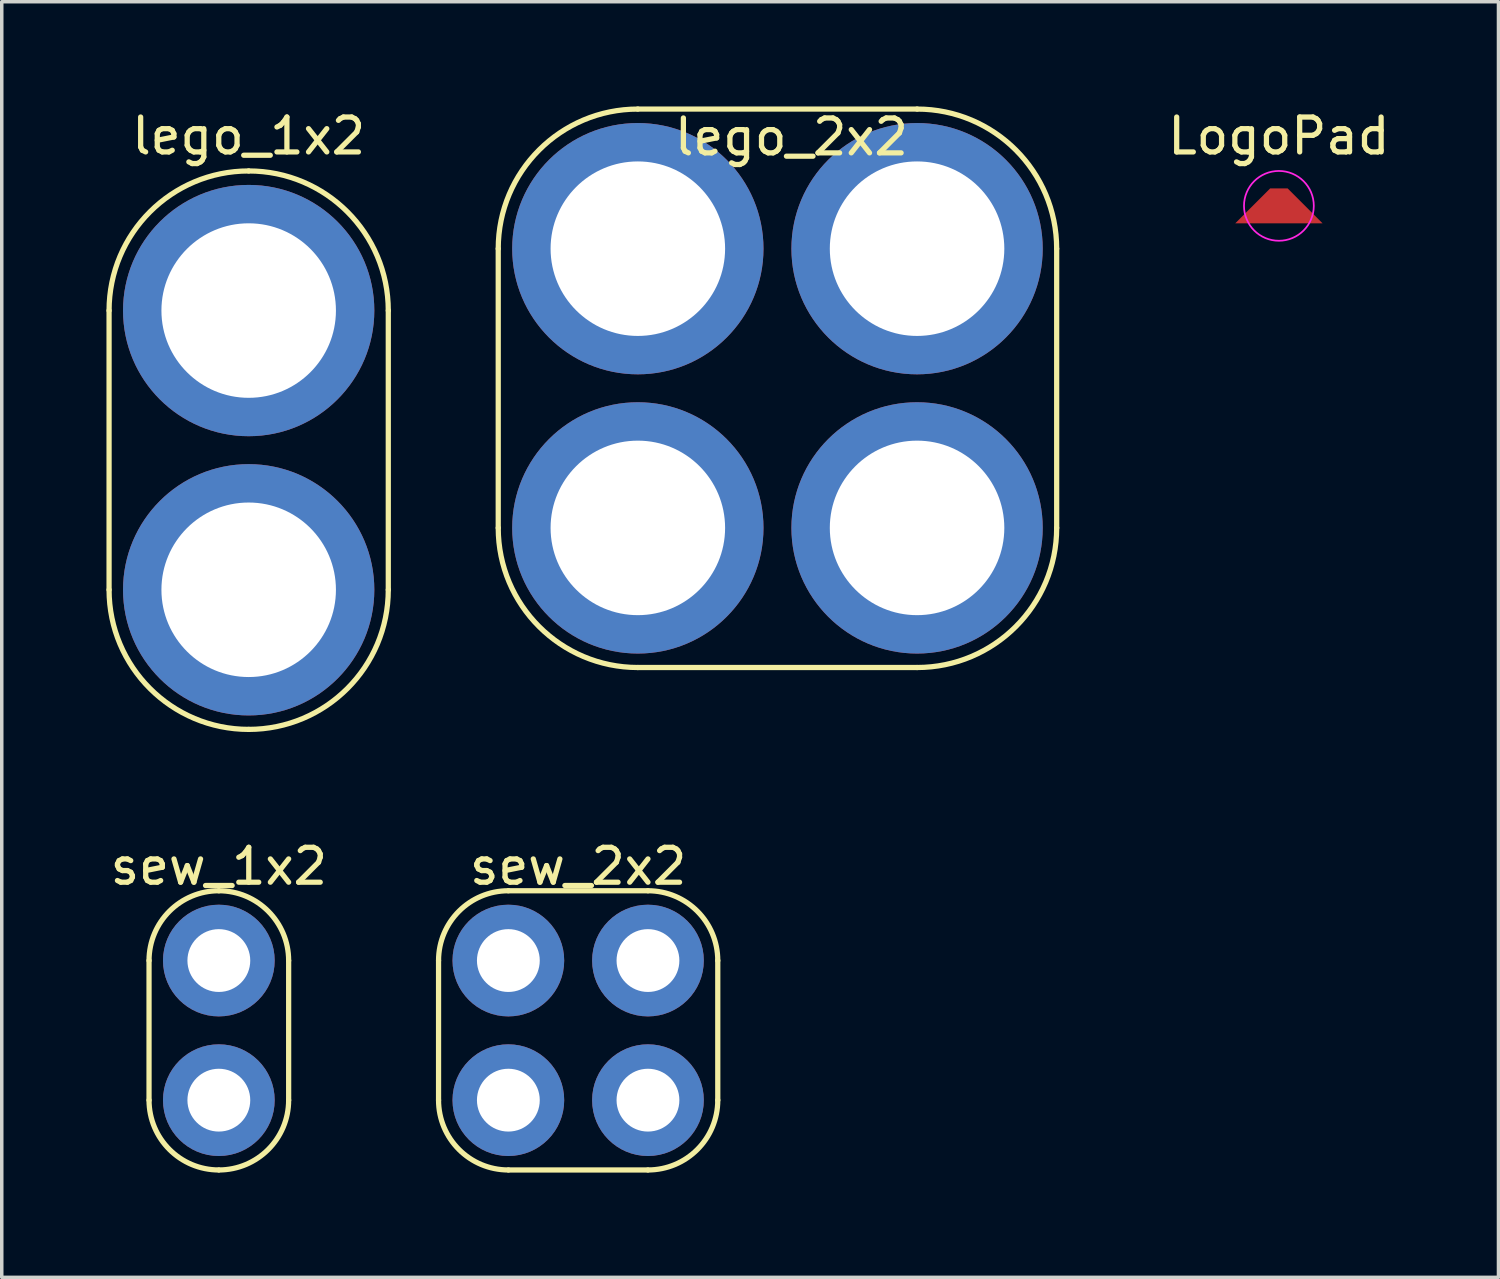
<source format=kicad_pcb>
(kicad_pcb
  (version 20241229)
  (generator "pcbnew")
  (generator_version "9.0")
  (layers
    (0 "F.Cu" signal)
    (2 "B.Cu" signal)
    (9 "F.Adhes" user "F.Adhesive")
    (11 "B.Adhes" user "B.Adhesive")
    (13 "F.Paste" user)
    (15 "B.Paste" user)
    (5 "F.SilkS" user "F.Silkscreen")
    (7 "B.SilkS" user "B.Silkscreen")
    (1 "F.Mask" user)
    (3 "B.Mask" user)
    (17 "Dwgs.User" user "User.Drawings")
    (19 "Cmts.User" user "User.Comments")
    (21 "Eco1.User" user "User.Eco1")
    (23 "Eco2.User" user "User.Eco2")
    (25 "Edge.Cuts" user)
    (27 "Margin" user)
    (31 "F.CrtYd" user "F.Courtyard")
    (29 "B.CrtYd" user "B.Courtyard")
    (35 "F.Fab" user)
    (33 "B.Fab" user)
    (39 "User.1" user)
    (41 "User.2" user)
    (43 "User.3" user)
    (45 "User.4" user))
  (footprint "LogoPad"
    (layer "F.Cu")
    (at 33.592 2.848)
    (property "Reference" "LogoPad" (at 0 -2 0) (layer "F.SilkS") (effects (font (size 1 1) (thickness 0.15))))
    (attr exclude_from_pos_files exclude_from_bom)
    (fp_circle (center 0 0) (end 1 0) (stroke (width 0.05) (type solid)) (fill no) (layer "F.CrtYd"))
    (pad "1" smd trapezoid (at 0 0) (size 1.5 1) (rect_delta 0 1) (layers "F.Cu" "F.Mask" "F.Paste")))
  (footprint "sew_2x2"
    (layer "F.Cu")
    (at 13.515 26.471)
    (property "Reference" "sew_2x2" (at 0 -4.7 0) (layer "F.SilkS") (effects (font (size 1 1) (thickness 0.15))))
    (attr through_hole)
    (fp_line (start -4 -2) (end -4 2) (stroke (width 0.15) (type solid)) (layer "F.SilkS"))
    (fp_line (start -2 4) (end 2 4) (stroke (width 0.15) (type solid)) (layer "F.SilkS"))
    (fp_line (start 2 -4) (end -2 -4) (stroke (width 0.15) (type solid)) (layer "F.SilkS"))
    (fp_line (start 4 2) (end 4 -2) (stroke (width 0.15) (type solid)) (layer "F.SilkS"))
    (fp_arc (start -4 -2) (mid -3.414214 -3.414214) (end -2 -4) (stroke (width 0.15) (type solid)) (layer "F.SilkS"))
    (fp_arc (start -2 4) (mid -3.414214 3.414214) (end -4 2) (stroke (width 0.15) (type solid)) (layer "F.SilkS"))
    (fp_arc (start 2 -4) (mid 3.414214 -3.414214) (end 4 -2) (stroke (width 0.15) (type solid)) (layer "F.SilkS"))
    (fp_arc (start 4 2) (mid 3.414214 3.414214) (end 2 4) (stroke (width 0.15) (type solid)) (layer "F.SilkS"))
    (fp_line (start -3.6 2) (end -3.6 -2) (stroke (width 0.15) (type solid)) (layer "F.Paste"))
    (fp_line (start -2 -3.6) (end 2 -3.6) (stroke (width 0.15) (type solid)) (layer "F.Paste"))
    (fp_line (start 2 3.6) (end -2 3.6) (stroke (width 0.15) (type solid)) (layer "F.Paste"))
    (fp_line (start 3.6 -2) (end 3.6 2) (stroke (width 0.15) (type solid)) (layer "F.Paste"))
    (fp_arc (start -3.6 -2) (mid -3.131371 -3.131371) (end -2 -3.6) (stroke (width 0.15) (type solid)) (layer "F.Paste"))
    (fp_arc (start -2 3.6) (mid -3.131371 3.131371) (end -3.6 2) (stroke (width 0.15) (type solid)) (layer "F.Paste"))
    (fp_arc (start 2 -3.6) (mid 3.131371 -3.131371) (end 3.6 -2) (stroke (width 0.15) (type solid)) (layer "F.Paste"))
    (fp_arc (start 3.6 2) (mid 3.131371 3.131371) (end 2 3.6) (stroke (width 0.15) (type solid)) (layer "F.Paste"))
    (fp_line (start -3.6 2) (end -3.6 -2) (stroke (width 0.15) (type solid)) (layer "B.Paste"))
    (fp_line (start -2 -3.6) (end 2 -3.6) (stroke (width 0.15) (type solid)) (layer "B.Paste"))
    (fp_line (start 2 3.6) (end -2 3.6) (stroke (width 0.15) (type solid)) (layer "B.Paste"))
    (fp_line (start 3.6 -2) (end 3.6 2) (stroke (width 0.15) (type solid)) (layer "B.Paste"))
    (fp_arc (start -3.6 -2) (mid -3.131371 -3.131371) (end -2 -3.6) (stroke (width 0.15) (type solid)) (layer "B.Paste"))
    (fp_arc (start -2 3.6) (mid -3.131371 3.131371) (end -3.6 2) (stroke (width 0.15) (type solid)) (layer "B.Paste"))
    (fp_arc (start 2 -3.6) (mid 3.131371 -3.131371) (end 3.6 -2) (stroke (width 0.15) (type solid)) (layer "B.Paste"))
    (fp_arc (start 3.6 2) (mid 3.131371 3.131371) (end 2 3.6) (stroke (width 0.15) (type solid)) (layer "B.Paste"))
    (pad "1" thru_hole circle (at -2 -2) (size 3.2 3.2) (drill 1.8) (layers "*.Cu" "*.Mask"))
    (pad "1" thru_hole circle (at -2 2) (size 3.2 3.2) (drill 1.8) (layers "*.Cu" "*.Mask"))
    (pad "1" thru_hole circle (at 2 -2) (size 3.2 3.2) (drill 1.8) (layers "*.Cu" "*.Mask"))
    (pad "1" thru_hole circle (at 2 2) (size 3.2 3.2) (drill 1.8) (layers "*.Cu" "*.Mask")))
  (footprint "lego_2x2"
    (layer "F.Cu")
    (at 19.225 8.075)
    (property "Reference" "lego_2x2" (at 0.4 -7.2 0) (layer "F.SilkS") (effects (font (size 1 1) (thickness 0.15))))
    (attr through_hole)
    (fp_line (start -8 4) (end -8 -4) (stroke (width 0.15) (type solid)) (layer "F.SilkS"))
    (fp_line (start -4 -8) (end 4 -8) (stroke (width 0.15) (type solid)) (layer "F.SilkS"))
    (fp_line (start 4 8) (end -4 8) (stroke (width 0.15) (type solid)) (layer "F.SilkS"))
    (fp_line (start 8 -4) (end 8 4) (stroke (width 0.15) (type solid)) (layer "F.SilkS"))
    (fp_arc (start -8 -4) (mid -6.828427 -6.828427) (end -4 -8) (stroke (width 0.15) (type solid)) (layer "F.SilkS"))
    (fp_arc (start -4 8) (mid -6.828427 6.828427) (end -8 4) (stroke (width 0.15) (type solid)) (layer "F.SilkS"))
    (fp_arc (start 4 -8) (mid 6.828427 -6.828427) (end 8 -4) (stroke (width 0.15) (type solid)) (layer "F.SilkS"))
    (fp_arc (start 8 4) (mid 6.828427 6.828427) (end 4 8) (stroke (width 0.15) (type solid)) (layer "F.SilkS"))
    (fp_line (start -6.5 4) (end -6.5 -4) (stroke (width 0.15) (type solid)) (layer "F.Paste"))
    (fp_line (start -4 -6.5) (end 4 -6.5) (stroke (width 0.15) (type solid)) (layer "F.Paste"))
    (fp_line (start 4 6.5) (end -4 6.5) (stroke (width 0.15) (type solid)) (layer "F.Paste"))
    (fp_line (start 6.5 -4) (end 6.5 4) (stroke (width 0.15) (type solid)) (layer "F.Paste"))
    (fp_arc (start -6.5 -4) (mid -5.767767 -5.767767) (end -4 -6.5) (stroke (width 0.15) (type solid)) (layer "F.Paste"))
    (fp_arc (start -4 6.5) (mid -5.767767 5.767767) (end -6.5 4) (stroke (width 0.15) (type solid)) (layer "F.Paste"))
    (fp_arc (start 4 -6.5) (mid 5.767767 -5.767767) (end 6.5 -4) (stroke (width 0.15) (type solid)) (layer "F.Paste"))
    (fp_arc (start 6.5 4) (mid 5.767767 5.767767) (end 4 6.5) (stroke (width 0.15) (type solid)) (layer "F.Paste"))
    (pad "1" thru_hole circle (at -4 -4) (size 7.2 7.2) (drill 5) (layers "*.Cu" "*.Mask"))
    (pad "1" thru_hole circle (at -4 4) (size 7.2 7.2) (drill 5) (layers "*.Cu" "*.Mask"))
    (pad "1" thru_hole circle (at 4 -4) (size 7.2 7.2) (drill 5) (layers "*.Cu" "*.Mask"))
    (pad "1" thru_hole circle (at 4 4) (size 7.2 7.2) (drill 5) (layers "*.Cu" "*.Mask")))
  (footprint "lego_1x2"
    (layer "F.Cu")
    (at 4.075 9.848)
    (property "Reference" "lego_1x2" (at 0 -9 0) (layer "F.SilkS") (effects (font (size 1 1) (thickness 0.15))))
    (attr through_hole)
    (fp_line (start -4 4) (end -4 -4) (stroke (width 0.15) (type solid)) (layer "F.SilkS"))
    (fp_line (start 4 -4) (end 4 4) (stroke (width 0.15) (type solid)) (layer "F.SilkS"))
    (fp_arc (start -4 -4) (mid -2.828427 -6.828427) (end 0 -8) (stroke (width 0.15) (type solid)) (layer "F.SilkS"))
    (fp_arc (start 0 -8) (mid 2.828427 -6.828427) (end 4 -4) (stroke (width 0.15) (type solid)) (layer "F.SilkS"))
    (fp_arc (start 0 8) (mid -2.828427 6.828427) (end -4 4) (stroke (width 0.15) (type solid)) (layer "F.SilkS"))
    (fp_arc (start 4 4) (mid 2.828427 6.828427) (end 0 8) (stroke (width 0.15) (type solid)) (layer "F.SilkS"))
    (fp_line (start -2.5 4) (end -2.5 -4) (stroke (width 0.15) (type solid)) (layer "F.Paste"))
    (fp_line (start 2.5 4) (end 2.5 -4) (stroke (width 0.15) (type solid)) (layer "F.Paste"))
    (fp_arc (start -2.5 -4) (mid -1.767767 -5.767767) (end 0 -6.5) (stroke (width 0.15) (type solid)) (layer "F.Paste"))
    (fp_arc (start 0 -6.5) (mid 1.767767 -5.767767) (end 2.5 -4) (stroke (width 0.15) (type solid)) (layer "F.Paste"))
    (fp_arc (start 0 6.5) (mid -1.767767 5.767767) (end -2.5 4) (stroke (width 0.15) (type solid)) (layer "F.Paste"))
    (fp_arc (start 2.5 4) (mid 1.767767 5.767767) (end 0 6.5) (stroke (width 0.15) (type solid)) (layer "F.Paste"))
    (pad "1" thru_hole circle (at 0 -4) (size 7.2 7.2) (drill 5) (layers "*.Cu" "*.Mask"))
    (pad "1" thru_hole circle (at 0 4) (size 7.2 7.2) (drill 5) (layers "*.Cu" "*.Mask")))
  (footprint "sew_1x2"
    (layer "F.Cu")
    (at 3.22 26.471)
    (property "Reference" "sew_1x2" (at 0 -4.7 0) (layer "F.SilkS") (effects (font (size 1 1) (thickness 0.15))))
    (attr through_hole)
    (fp_line (start -2 -2) (end -2 2) (stroke (width 0.15) (type solid)) (layer "F.SilkS"))
    (fp_line (start 2 2) (end 2 -2) (stroke (width 0.15) (type solid)) (layer "F.SilkS"))
    (fp_arc (start -2 -2) (mid -1.414214 -3.414214) (end 0 -4) (stroke (width 0.15) (type solid)) (layer "F.SilkS"))
    (fp_arc (start 0 -4) (mid 1.414214 -3.414214) (end 2 -2) (stroke (width 0.15) (type solid)) (layer "F.SilkS"))
    (fp_arc (start 0 4) (mid -1.414214 3.414214) (end -2 2) (stroke (width 0.15) (type solid)) (layer "F.SilkS"))
    (fp_arc (start 2 2) (mid 1.414214 3.414214) (end 0 4) (stroke (width 0.15) (type solid)) (layer "F.SilkS"))
    (fp_line (start -0.9 2) (end -0.9 -2) (stroke (width 0.15) (type solid)) (layer "F.Paste"))
    (fp_line (start 0.9 -2) (end 0.9 2) (stroke (width 0.15) (type solid)) (layer "F.Paste"))
    (fp_arc (start -0.9 -2) (mid -0.636396 -2.636396) (end 0 -2.9) (stroke (width 0.15) (type solid)) (layer "F.Paste"))
    (fp_arc (start 0 -2.9) (mid 0.636396 -2.636396) (end 0.9 -2) (stroke (width 0.15) (type solid)) (layer "F.Paste"))
    (fp_arc (start 0 2.9) (mid -0.636396 2.636396) (end -0.9 2) (stroke (width 0.15) (type solid)) (layer "F.Paste"))
    (fp_arc (start 0.9 2) (mid 0.636396 2.636396) (end 0 2.9) (stroke (width 0.15) (type solid)) (layer "F.Paste"))
    (fp_line (start -0.9 2) (end -0.9 -2) (stroke (width 0.15) (type solid)) (layer "B.Paste"))
    (fp_line (start 0.9 -2) (end 0.9 2) (stroke (width 0.15) (type solid)) (layer "B.Paste"))
    (fp_arc (start -0.9 -2) (mid -0.636396 -2.636396) (end 0 -2.9) (stroke (width 0.15) (type solid)) (layer "B.Paste"))
    (fp_arc (start 0 -2.9) (mid 0.636396 -2.636396) (end 0.9 -2) (stroke (width 0.15) (type solid)) (layer "B.Paste"))
    (fp_arc (start 0 2.9) (mid -0.636396 2.636396) (end -0.9 2) (stroke (width 0.15) (type solid)) (layer "B.Paste"))
    (fp_arc (start 0.9 2) (mid 0.636396 2.636396) (end 0 2.9) (stroke (width 0.15) (type solid)) (layer "B.Paste"))
    (pad "1" thru_hole circle (at 0 -2) (size 3.2 3.2) (drill 1.8) (layers "*.Cu" "*.Mask"))
    (pad "1" thru_hole circle (at 0 2) (size 3.2 3.2) (drill 1.8) (layers "*.Cu" "*.Mask")))
  (gr_rect
    (start -3 -3)
    (end 39.883 33.547)
    (stroke (width 0.1) (type default))
    (fill no)
    (layer "Edge.Cuts")))
</source>
